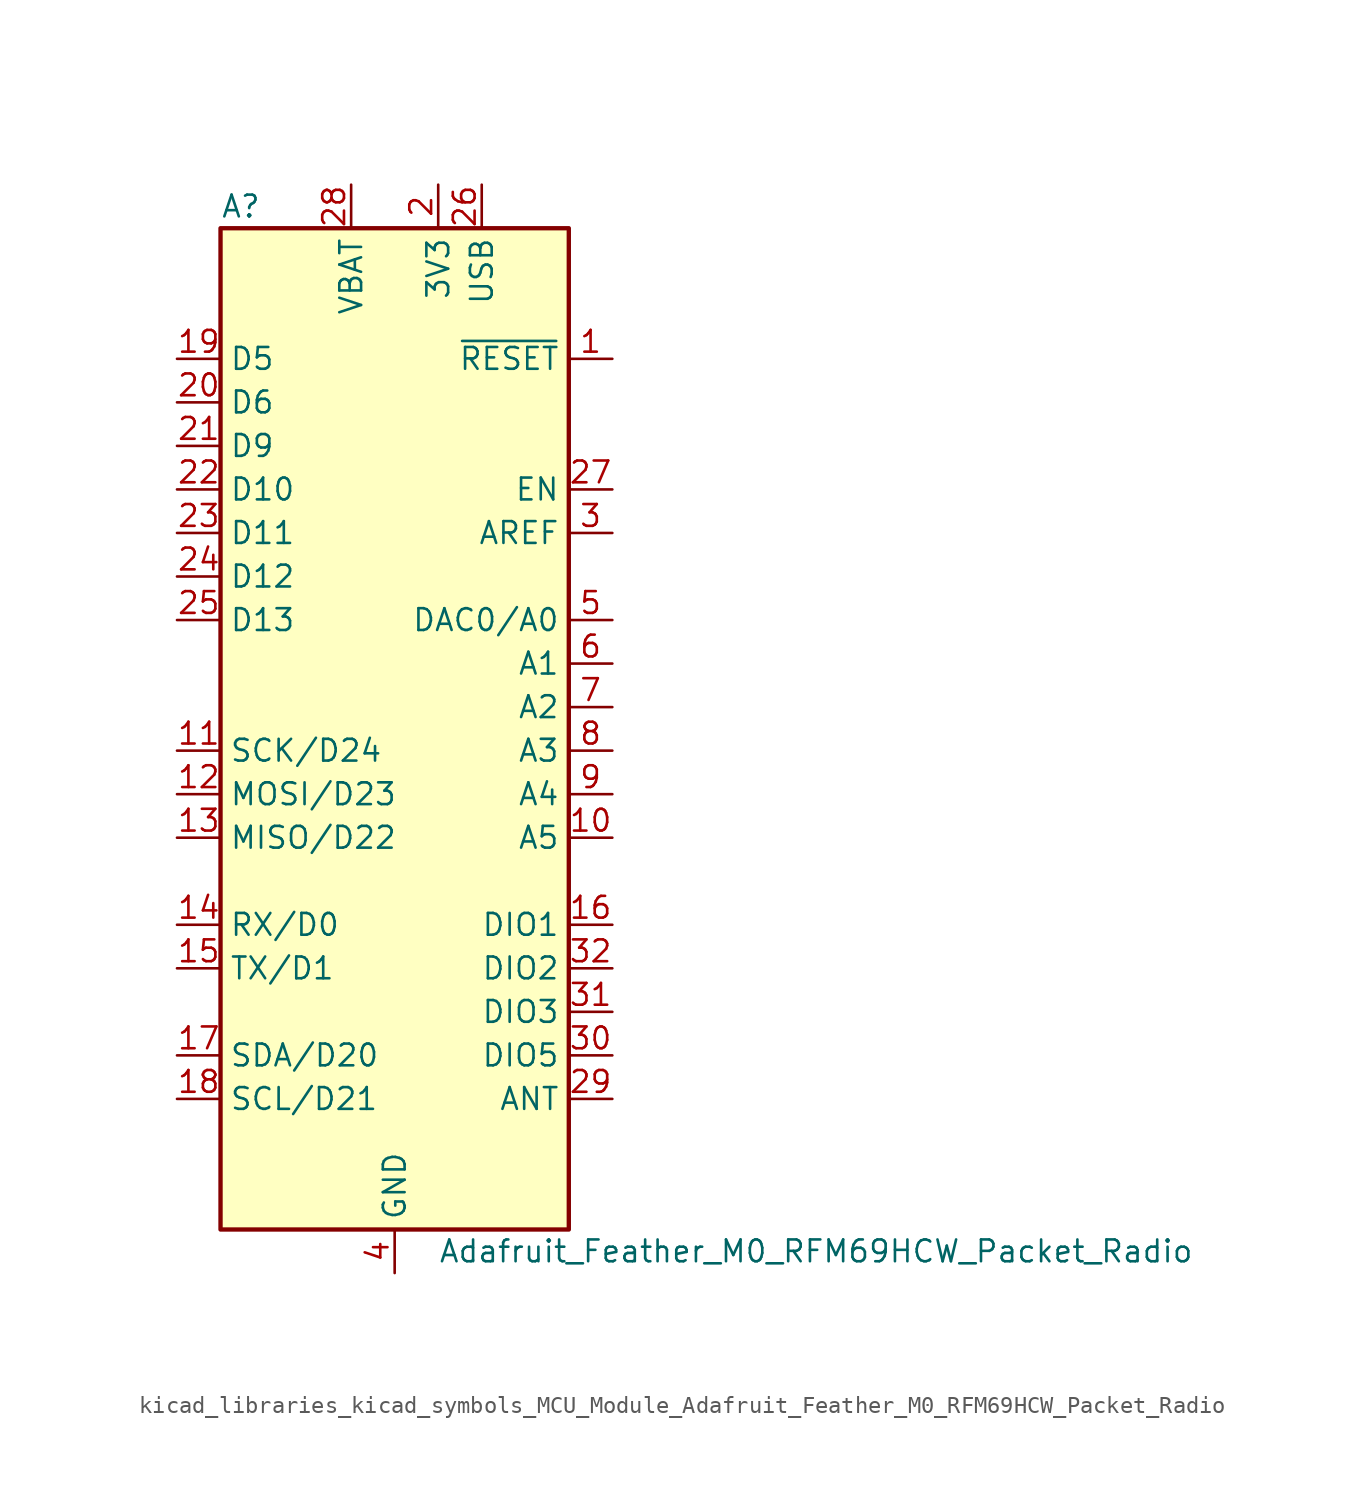
<source format=kicad_sym>
(kicad_symbol_lib
  (version 20220914)
  (generator kicad_symbol_editor)
  (symbol "kicad_libraries_kicad_symbols_MCU_Module_Adafruit_Feather_M0_RFM69HCW_Packet_Radio"
    (property "Reference" "A"
      (at -10.16 29.21 0)
      (effects (font (size 1.27 1.27)) (justify left)))
    (property "Value" "Adafruit_Feather_M0_RFM69HCW_Packet_Radio"
      (at 2.54 -31.75 0)
      (effects (font (size 1.27 1.27)) (justify left)))
    (symbol "kicad_libraries_kicad_symbols_MCU_Module_Adafruit_Feather_M0_RFM69HCW_Packet_Radio_0_1"
      (rectangle (start -10.16 27.94) (end 10.16 -30.48) (stroke (width 0.254) (type default)) (fill (type background))))
    (symbol "kicad_libraries_kicad_symbols_MCU_Module_Adafruit_Feather_M0_RFM69HCW_Packet_Radio_1_1"
      (pin input line (at 12.7 20.32 180) (length 2.54) (name "~{RESET}" (effects (font (size 1.27 1.27)))) (number "1" (effects (font (size 1.27 1.27)))))
      (pin bidirectional line (at 12.7 -7.62 180) (length 2.54) (name "A5" (effects (font (size 1.27 1.27)))) (number "10" (effects (font (size 1.27 1.27)))))
      (pin bidirectional line (at -12.7 -2.54 0) (length 2.54) (name "SCK/D24" (effects (font (size 1.27 1.27)))) (number "11" (effects (font (size 1.27 1.27)))))
      (pin bidirectional line (at -12.7 -5.08 0) (length 2.54) (name "MOSI/D23" (effects (font (size 1.27 1.27)))) (number "12" (effects (font (size 1.27 1.27)))))
      (pin bidirectional line (at -12.7 -7.62 0) (length 2.54) (name "MISO/D22" (effects (font (size 1.27 1.27)))) (number "13" (effects (font (size 1.27 1.27)))))
      (pin bidirectional line (at -12.7 -12.7 0) (length 2.54) (name "RX/D0" (effects (font (size 1.27 1.27)))) (number "14" (effects (font (size 1.27 1.27)))))
      (pin bidirectional line (at -12.7 -15.24 0) (length 2.54) (name "TX/D1" (effects (font (size 1.27 1.27)))) (number "15" (effects (font (size 1.27 1.27)))))
      (pin bidirectional line (at 12.7 -12.7 180) (length 2.54) (name "DIO1" (effects (font (size 1.27 1.27)))) (number "16" (effects (font (size 1.27 1.27)))))
      (pin bidirectional line (at -12.7 -20.32 0) (length 2.54) (name "SDA/D20" (effects (font (size 1.27 1.27)))) (number "17" (effects (font (size 1.27 1.27)))))
      (pin bidirectional line (at -12.7 -22.86 0) (length 2.54) (name "SCL/D21" (effects (font (size 1.27 1.27)))) (number "18" (effects (font (size 1.27 1.27)))))
      (pin bidirectional line (at -12.7 20.32 0) (length 2.54) (name "D5" (effects (font (size 1.27 1.27)))) (number "19" (effects (font (size 1.27 1.27)))))
      (pin power_in line (at 2.54 30.48 270) (length 2.54) (name "3V3" (effects (font (size 1.27 1.27)))) (number "2" (effects (font (size 1.27 1.27)))))
      (pin bidirectional line (at -12.7 17.78 0) (length 2.54) (name "D6" (effects (font (size 1.27 1.27)))) (number "20" (effects (font (size 1.27 1.27)))))
      (pin bidirectional line (at -12.7 15.24 0) (length 2.54) (name "D9" (effects (font (size 1.27 1.27)))) (number "21" (effects (font (size 1.27 1.27)))))
      (pin bidirectional line (at -12.7 12.7 0) (length 2.54) (name "D10" (effects (font (size 1.27 1.27)))) (number "22" (effects (font (size 1.27 1.27)))))
      (pin bidirectional line (at -12.7 10.16 0) (length 2.54) (name "D11" (effects (font (size 1.27 1.27)))) (number "23" (effects (font (size 1.27 1.27)))))
      (pin bidirectional line (at -12.7 7.62 0) (length 2.54) (name "D12" (effects (font (size 1.27 1.27)))) (number "24" (effects (font (size 1.27 1.27)))))
      (pin bidirectional line (at -12.7 5.08 0) (length 2.54) (name "D13" (effects (font (size 1.27 1.27)))) (number "25" (effects (font (size 1.27 1.27)))))
      (pin power_in line (at 5.08 30.48 270) (length 2.54) (name "USB" (effects (font (size 1.27 1.27)))) (number "26" (effects (font (size 1.27 1.27)))))
      (pin input line (at 12.7 12.7 180) (length 2.54) (name "EN" (effects (font (size 1.27 1.27)))) (number "27" (effects (font (size 1.27 1.27)))))
      (pin power_in line (at -2.54 30.48 270) (length 2.54) (name "VBAT" (effects (font (size 1.27 1.27)))) (number "28" (effects (font (size 1.27 1.27)))))
      (pin bidirectional line (at 12.7 -22.86 180) (length 2.54) (name "ANT" (effects (font (size 1.27 1.27)))) (number "29" (effects (font (size 1.27 1.27)))))
      (pin input line (at 12.7 10.16 180) (length 2.54) (name "AREF" (effects (font (size 1.27 1.27)))) (number "3" (effects (font (size 1.27 1.27)))))
      (pin bidirectional line (at 12.7 -20.32 180) (length 2.54) (name "DIO5" (effects (font (size 1.27 1.27)))) (number "30" (effects (font (size 1.27 1.27)))))
      (pin bidirectional line (at 12.7 -17.78 180) (length 2.54) (name "DIO3" (effects (font (size 1.27 1.27)))) (number "31" (effects (font (size 1.27 1.27)))))
      (pin bidirectional line (at 12.7 -15.24 180) (length 2.54) (name "DIO2" (effects (font (size 1.27 1.27)))) (number "32" (effects (font (size 1.27 1.27)))))
      (pin power_in line (at 0 -33.02 90) (length 2.54) (name "GND" (effects (font (size 1.27 1.27)))) (number "4" (effects (font (size 1.27 1.27)))))
      (pin bidirectional line (at 12.7 5.08 180) (length 2.54) (name "DAC0/A0" (effects (font (size 1.27 1.27)))) (number "5" (effects (font (size 1.27 1.27)))))
      (pin bidirectional line (at 12.7 2.54 180) (length 2.54) (name "A1" (effects (font (size 1.27 1.27)))) (number "6" (effects (font (size 1.27 1.27)))))
      (pin bidirectional line (at 12.7 0 180) (length 2.54) (name "A2" (effects (font (size 1.27 1.27)))) (number "7" (effects (font (size 1.27 1.27)))))
      (pin bidirectional line (at 12.7 -2.54 180) (length 2.54) (name "A3" (effects (font (size 1.27 1.27)))) (number "8" (effects (font (size 1.27 1.27)))))
      (pin bidirectional line (at 12.7 -5.08 180) (length 2.54) (name "A4" (effects (font (size 1.27 1.27)))) (number "9" (effects (font (size 1.27 1.27))))))))
</source>
